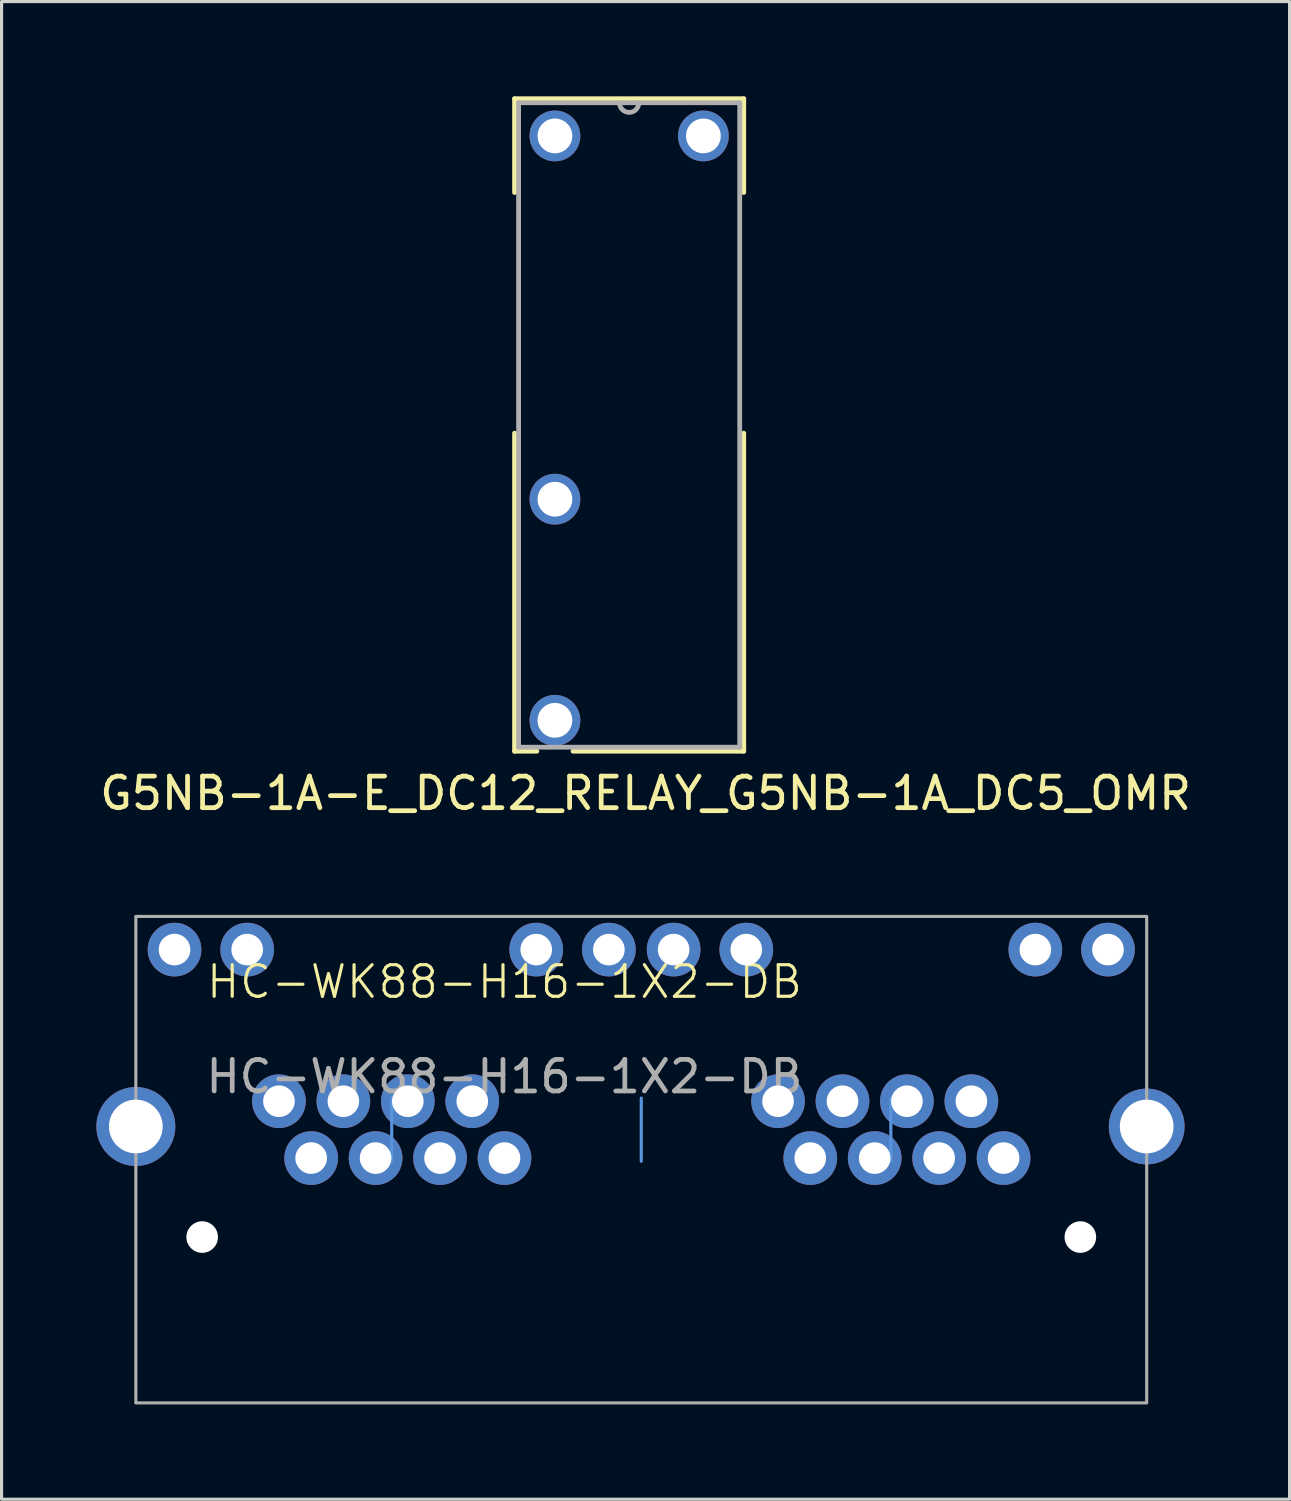
<source format=kicad_pcb>
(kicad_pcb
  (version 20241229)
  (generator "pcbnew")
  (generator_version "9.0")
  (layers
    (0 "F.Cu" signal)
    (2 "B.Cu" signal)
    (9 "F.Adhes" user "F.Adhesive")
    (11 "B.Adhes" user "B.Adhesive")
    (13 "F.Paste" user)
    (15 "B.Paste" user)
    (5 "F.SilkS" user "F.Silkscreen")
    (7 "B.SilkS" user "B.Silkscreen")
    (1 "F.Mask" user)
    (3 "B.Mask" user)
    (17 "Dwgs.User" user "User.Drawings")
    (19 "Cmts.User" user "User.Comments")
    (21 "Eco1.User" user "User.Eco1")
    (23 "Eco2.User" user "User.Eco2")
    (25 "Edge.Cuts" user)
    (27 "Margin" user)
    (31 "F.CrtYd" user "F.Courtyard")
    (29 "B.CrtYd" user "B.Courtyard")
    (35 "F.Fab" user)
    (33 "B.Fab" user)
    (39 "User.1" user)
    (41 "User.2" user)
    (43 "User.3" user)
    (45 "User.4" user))
  (footprint "HC-WK88-H16-1X2-DB"
    (layer "F.Cu")
    (at 12.92 28.531)
    (property "Reference" "HC-WK88-H16-1X2-DB" (at 0 -0.5 0) (unlocked yes) (layer "F.SilkS") (effects (font (size 1 1) (thickness 0.1))))
    (attr through_hole)
    (fp_line (start -3.57 3.18) (end -3.57 5.18) (stroke (width 0.1) (type default)) (layer "Cmts.User"))
    (fp_line (start 4.33 3.18) (end 4.33 5.18) (stroke (width 0.1) (type default)) (layer "Cmts.User"))
    (fp_line (start 12.23 3.18) (end 12.23 5.18) (stroke (width 0.1) (type default)) (layer "Cmts.User"))
    (fp_rect (start -11.67 -2.57) (end 20.33 12.83) (stroke (width 0.1) (type default)) (fill no) (layer "F.Fab"))
    (fp_text user "${REFERENCE}" (at 0 2.5 0) (unlocked yes) (layer "F.Fab") (effects (font (size 1 1) (thickness 0.15))))
    (pad "" np_thru_hole circle (at -9.57 7.58) (size 1 1) (drill 3.3) (layers "*.Cu" "*.Mask"))
    (pad "" np_thru_hole circle (at 18.23 7.58) (size 1 1) (drill 3.3) (layers "*.Cu" "*.Mask"))
    (pad "1" thru_hole circle (at 15.8 5.08) (size 1.7 1.7) (drill 1) (layers "*.Cu" "*.Mask"))
    (pad "2" thru_hole circle (at 14.78 3.28) (size 1.7 1.7) (drill 1) (layers "*.Cu" "*.Mask"))
    (pad "3" thru_hole circle (at 13.76 5.08) (size 1.7 1.7) (drill 1) (layers "*.Cu" "*.Mask"))
    (pad "4" thru_hole circle (at 12.74 3.28) (size 1.7 1.7) (drill 1) (layers "*.Cu" "*.Mask"))
    (pad "5" thru_hole circle (at 11.72 5.08) (size 1.7 1.7) (drill 1) (layers "*.Cu" "*.Mask"))
    (pad "6" thru_hole circle (at 10.7 3.28) (size 1.7 1.7) (drill 1) (layers "*.Cu" "*.Mask"))
    (pad "7" thru_hole circle (at 9.68 5.08) (size 1.7 1.7) (drill 1) (layers "*.Cu" "*.Mask"))
    (pad "8" thru_hole circle (at 8.66 3.28) (size 1.7 1.7) (drill 1) (layers "*.Cu" "*.Mask"))
    (pad "9" thru_hole circle (at 0 5.08) (size 1.7 1.7) (drill 1) (layers "*.Cu" "*.Mask"))
    (pad "10" thru_hole circle (at -1.02 3.28) (size 1.7 1.7) (drill 1) (layers "*.Cu" "*.Mask"))
    (pad "11" thru_hole circle (at -2.04 5.08) (size 1.7 1.7) (drill 1) (layers "*.Cu" "*.Mask"))
    (pad "12" thru_hole circle (at -3.06 3.28) (size 1.7 1.7) (drill 1) (layers "*.Cu" "*.Mask"))
    (pad "13" thru_hole circle (at -4.08 5.08) (size 1.7 1.7) (drill 1) (layers "*.Cu" "*.Mask"))
    (pad "14" thru_hole circle (at -5.1 3.28) (size 1.7 1.7) (drill 1) (layers "*.Cu" "*.Mask"))
    (pad "15" thru_hole circle (at -6.12 5.08) (size 1.7 1.7) (drill 1) (layers "*.Cu" "*.Mask"))
    (pad "16" thru_hole circle (at -7.14 3.28) (size 1.7 1.7) (drill 1) (layers "*.Cu" "*.Mask"))
    (pad "17" thru_hole circle (at 19.105 -1.52) (size 1.7 1.7) (drill 1) (layers "*.Cu" "*.Mask"))
    (pad "18" thru_hole circle (at 16.805 -1.52) (size 1.7 1.7) (drill 1) (layers "*.Cu" "*.Mask"))
    (pad "19" thru_hole circle (at 7.655 -1.52) (size 1.7 1.7) (drill 1) (layers "*.Cu" "*.Mask"))
    (pad "20" thru_hole circle (at 5.355 -1.52) (size 1.7 1.7) (drill 1) (layers "*.Cu" "*.Mask"))
    (pad "21" thru_hole circle (at 3.305 -1.52) (size 1.7 1.7) (drill 1) (layers "*.Cu" "*.Mask"))
    (pad "22" thru_hole circle (at 1.005 -1.52) (size 1.7 1.7) (drill 1) (layers "*.Cu" "*.Mask"))
    (pad "23" thru_hole circle (at -8.145 -1.52) (size 1.7 1.7) (drill 1) (layers "*.Cu" "*.Mask"))
    (pad "24" thru_hole circle (at -10.445 -1.52) (size 1.7 1.7) (drill 1) (layers "*.Cu" "*.Mask"))
    (pad "PE" thru_hole circle (at -11.67 4.08) (size 2.5 2.5) (drill 1.7) (layers "*.Cu" "*.Mask"))
    (pad "PE" thru_hole circle (at 20.33 4.08) (size 2.4 2.4) (drill 1.7) (layers "*.Cu" "*.Mask")))
  (footprint "G5NB-1A-E_DC12_RELAY_G5NB-1A_DC5_OMR"
    (layer "F.Cu")
    (at 19.217 19.553)
    (property "Reference" "G5NB-1A-E_DC12_RELAY_G5NB-1A_DC5_OMR" (at -1.83 2.51 0) (layer "F.SilkS") (effects (font (size 1 1) (thickness 0.15))))
    (attr through_hole)
    (fp_line (start -5.977 -19.477) (end -5.977 -16.51) (stroke (width 0.152) (type solid)) (layer "F.SilkS"))
    (fp_line (start -5.977 -8.89) (end -5.977 1.177) (stroke (width 0.152) (type solid)) (layer "F.SilkS"))
    (fp_line (start -5.977 1.177) (end -5.273 1.177) (stroke (width 0.152) (type solid)) (layer "F.SilkS"))
    (fp_line (start -4.127 1.177) (end 1.277 1.177) (stroke (width 0.152) (type solid)) (layer "F.SilkS"))
    (fp_line (start 1.277 -19.477) (end -5.977 -19.477) (stroke (width 0.152) (type solid)) (layer "F.SilkS"))
    (fp_line (start 1.277 -19.477) (end 1.277 -16.51) (stroke (width 0.152) (type solid)) (layer "F.SilkS"))
    (fp_line (start 1.277 1.177) (end 1.277 -8.89) (stroke (width 0.152) (type solid)) (layer "F.SilkS"))
    (fp_line (start -5.85 -19.35) (end -5.85 1.05) (stroke (width 0.152) (type solid)) (layer "F.Fab"))
    (fp_line (start -5.85 1.05) (end 1.15 1.05) (stroke (width 0.152) (type solid)) (layer "F.Fab"))
    (fp_line (start 1.15 -19.35) (end -5.85 -19.35) (stroke (width 0.152) (type solid)) (layer "F.Fab"))
    (fp_line (start 1.15 1.05) (end 1.15 -19.35) (stroke (width 0.152) (type solid)) (layer "F.Fab"))
    (fp_arc (start -2.0452 -19.35) (mid -2.35 -19.0452) (end -2.6548 -19.35) (stroke (width 0.1524) (type solid)) (layer "F.Fab"))
    (pad "1" thru_hole circle (at -4.7 -18.3) (size 1.608 1.608) (drill 1.1) (layers "*.Cu" "*.Mask"))
    (pad "2" thru_hole circle (at -4.7 -6.8) (size 1.608 1.608) (drill 1.1) (layers "*.Cu" "*.Mask"))
    (pad "3" thru_hole circle (at -4.7 0.2) (size 1.608 1.608) (drill 1.1) (layers "*.Cu" "*.Mask"))
    (pad "4" thru_hole circle (at 0 -18.3) (size 1.608 1.608) (drill 1.1) (layers "*.Cu" "*.Mask")))
  (gr_rect
    (start -3 -3)
    (end 37.774 44.411)
    (stroke (width 0.1) (type default))
    (fill no)
    (layer "Edge.Cuts")))
</source>
